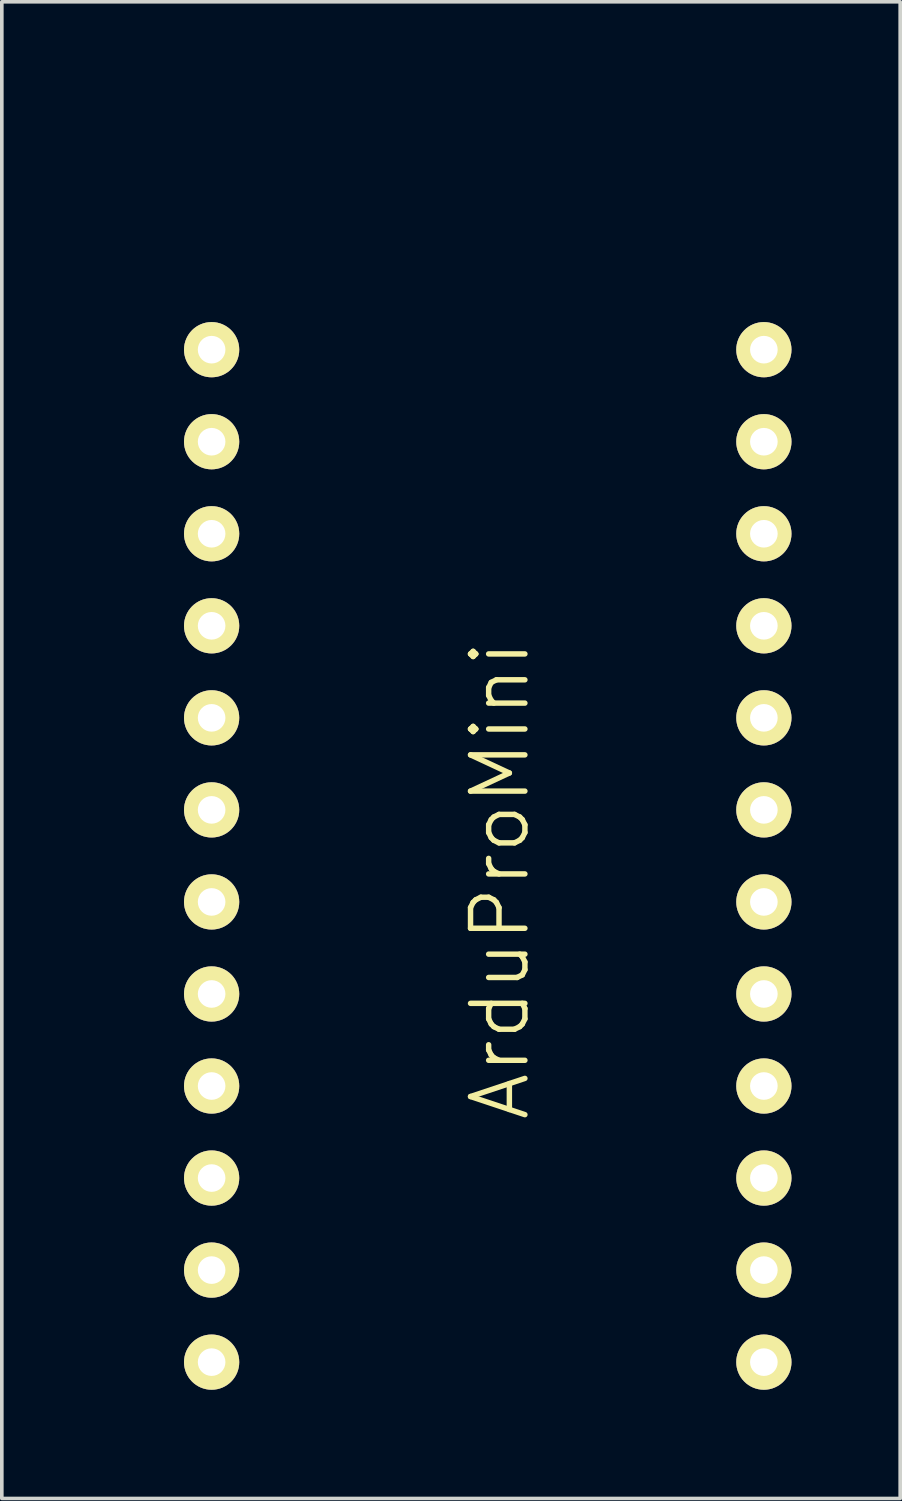
<source format=kicad_pcb>
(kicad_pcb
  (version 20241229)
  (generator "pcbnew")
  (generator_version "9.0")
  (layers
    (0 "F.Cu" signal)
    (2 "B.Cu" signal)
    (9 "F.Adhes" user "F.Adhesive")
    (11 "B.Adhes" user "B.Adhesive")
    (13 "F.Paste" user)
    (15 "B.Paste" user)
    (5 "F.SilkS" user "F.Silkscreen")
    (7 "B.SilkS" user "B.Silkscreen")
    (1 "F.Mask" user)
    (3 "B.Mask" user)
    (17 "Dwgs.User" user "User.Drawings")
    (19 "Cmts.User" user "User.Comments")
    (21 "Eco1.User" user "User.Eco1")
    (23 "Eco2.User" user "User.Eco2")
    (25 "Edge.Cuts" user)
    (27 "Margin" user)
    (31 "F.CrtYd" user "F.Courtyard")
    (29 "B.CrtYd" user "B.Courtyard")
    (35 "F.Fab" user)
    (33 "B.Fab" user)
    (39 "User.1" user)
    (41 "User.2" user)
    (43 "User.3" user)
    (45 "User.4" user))
  (footprint "ArduProMini"
    (layer "F.Cu")
    (at 0.25 0.25)
    (property "Reference" "ArduProMini" (at 10.499 20.996 90) (layer "F.SilkS") (effects (font (size 1.5 1.5) (thickness 0.15))))
    (attr through_hole)
    (pad "7" thru_hole circle (at 2.54 6.35) (size 1.524 1.524) (drill 0.762) (layers "*.Cu" "*.Mask" "F.SilkS"))
    (pad "8" thru_hole circle (at 2.54 8.89) (size 1.524 1.524) (drill 0.762) (layers "*.Cu" "*.Mask" "F.SilkS"))
    (pad "9" thru_hole circle (at 2.54 11.43) (size 1.524 1.524) (drill 0.762) (layers "*.Cu" "*.Mask" "F.SilkS"))
    (pad "10" thru_hole circle (at 2.54 13.97) (size 1.524 1.524) (drill 0.762) (layers "*.Cu" "*.Mask" "F.SilkS"))
    (pad "11" thru_hole circle (at 2.54 16.51) (size 1.524 1.524) (drill 0.762) (layers "*.Cu" "*.Mask" "F.SilkS"))
    (pad "12" thru_hole circle (at 2.54 19.05) (size 1.524 1.524) (drill 0.762) (layers "*.Cu" "*.Mask" "F.SilkS"))
    (pad "13" thru_hole circle (at 2.54 21.59) (size 1.524 1.524) (drill 0.762) (layers "*.Cu" "*.Mask" "F.SilkS"))
    (pad "14" thru_hole circle (at 2.54 24.13) (size 1.524 1.524) (drill 0.762) (layers "*.Cu" "*.Mask" "F.SilkS"))
    (pad "15" thru_hole circle (at 2.54 26.67) (size 1.524 1.524) (drill 0.762) (layers "*.Cu" "*.Mask" "F.SilkS"))
    (pad "16" thru_hole circle (at 2.54 29.21) (size 1.524 1.524) (drill 0.762) (layers "*.Cu" "*.Mask" "F.SilkS"))
    (pad "17" thru_hole circle (at 2.54 31.75) (size 1.524 1.524) (drill 0.762) (layers "*.Cu" "*.Mask" "F.SilkS"))
    (pad "18" thru_hole circle (at 2.54 34.29) (size 1.524 1.524) (drill 0.762) (layers "*.Cu" "*.Mask" "F.SilkS"))
    (pad "19" thru_hole circle (at 17.78 6.35) (size 1.524 1.524) (drill 0.762) (layers "*.Cu" "*.Mask" "F.SilkS"))
    (pad "20" thru_hole circle (at 17.78 8.89) (size 1.524 1.524) (drill 0.762) (layers "*.Cu" "*.Mask" "F.SilkS"))
    (pad "21" thru_hole circle (at 17.78 11.43) (size 1.524 1.524) (drill 0.762) (layers "*.Cu" "*.Mask" "F.SilkS"))
    (pad "22" thru_hole circle (at 17.78 13.97) (size 1.524 1.524) (drill 0.762) (layers "*.Cu" "*.Mask" "F.SilkS"))
    (pad "23" thru_hole circle (at 17.78 16.51) (size 1.524 1.524) (drill 0.762) (layers "*.Cu" "*.Mask" "F.SilkS"))
    (pad "24" thru_hole circle (at 17.78 19.05) (size 1.524 1.524) (drill 0.762) (layers "*.Cu" "*.Mask" "F.SilkS"))
    (pad "25" thru_hole circle (at 17.78 21.59) (size 1.524 1.524) (drill 0.762) (layers "*.Cu" "*.Mask" "F.SilkS"))
    (pad "26" thru_hole circle (at 17.78 24.13) (size 1.524 1.524) (drill 0.762) (layers "*.Cu" "*.Mask" "F.SilkS"))
    (pad "27" thru_hole circle (at 17.78 26.67) (size 1.524 1.524) (drill 0.762) (layers "*.Cu" "*.Mask" "F.SilkS"))
    (pad "28" thru_hole circle (at 17.78 29.21) (size 1.524 1.524) (drill 0.762) (layers "*.Cu" "*.Mask" "F.SilkS"))
    (pad "29" thru_hole circle (at 17.78 31.75) (size 1.524 1.524) (drill 0.762) (layers "*.Cu" "*.Mask" "F.SilkS"))
    (pad "30" thru_hole circle (at 17.78 34.29) (size 1.524 1.524) (drill 0.762) (layers "*.Cu" "*.Mask" "F.SilkS")))
  (gr_rect
    (start -3 -3)
    (end 21.792 38.302)
    (stroke (width 0.1) (type default))
    (fill no)
    (layer "Edge.Cuts")))
</source>
